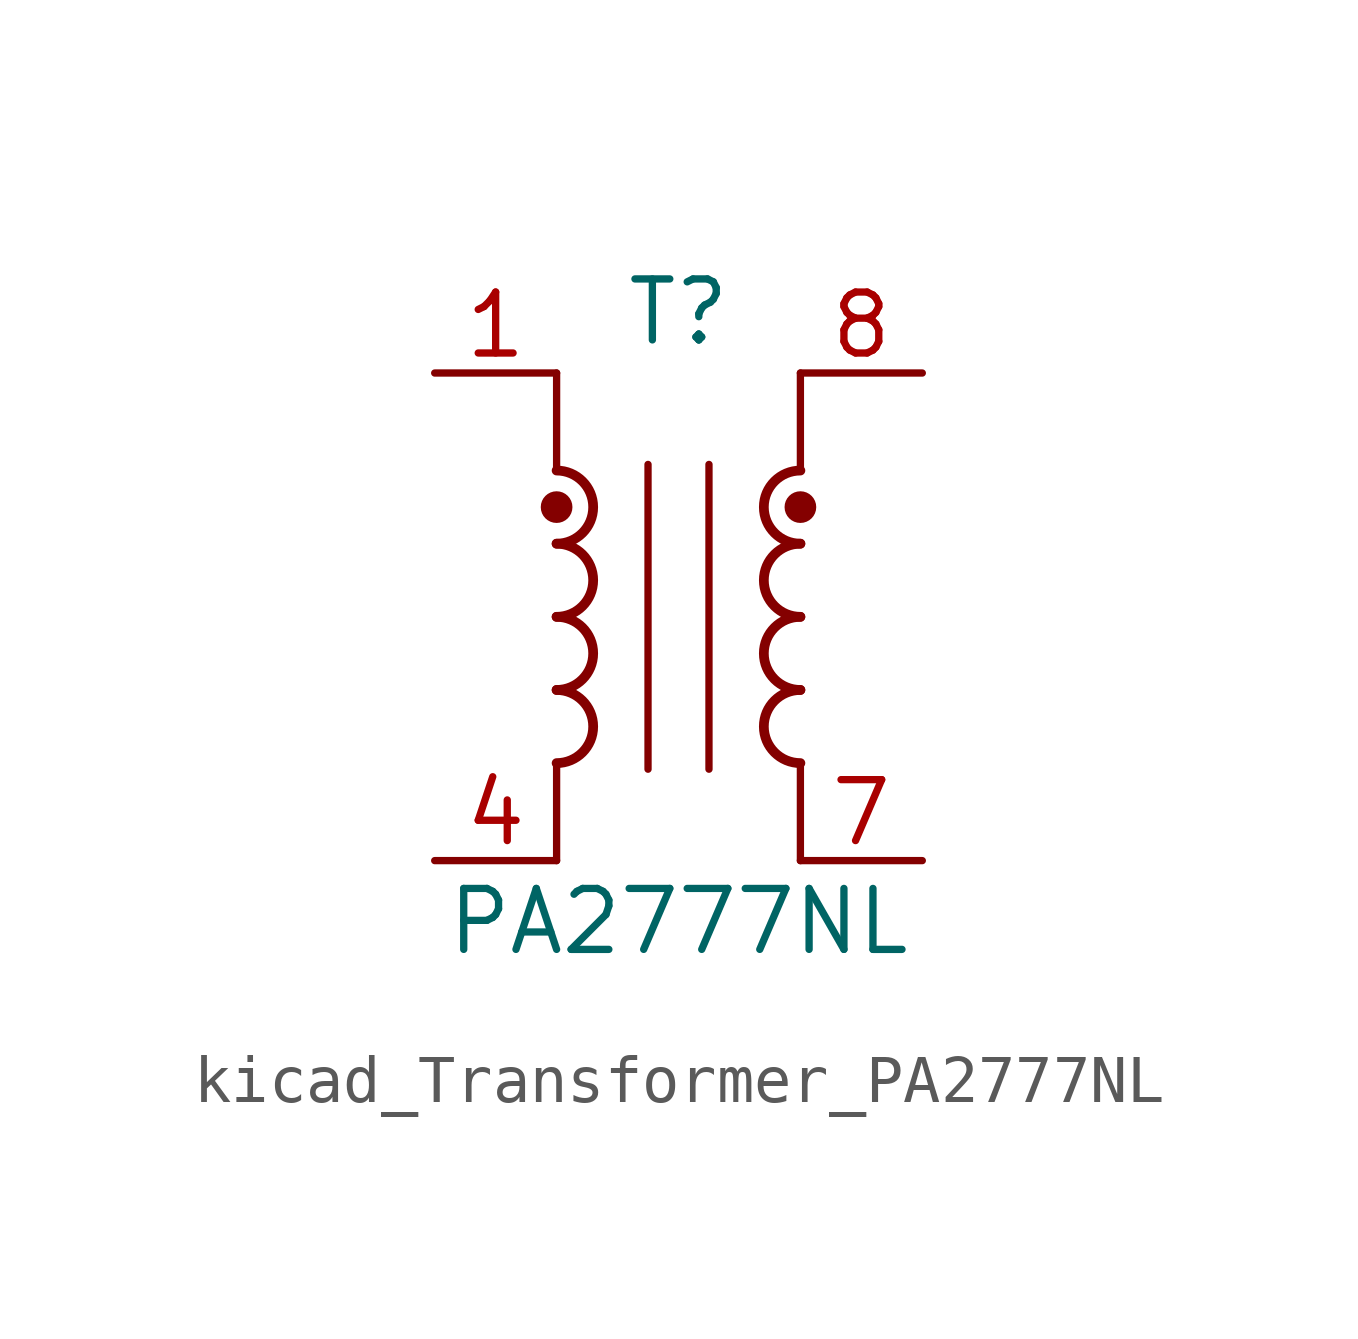
<source format=kicad_sym>
(kicad_symbol_lib
  (version 20220914)
  (generator kicad_symbol_editor)
  (symbol "kicad_Transformer_PA2777NL"
    (pin_names hide)
    (property "Reference" "T"
      (at 0 6.35 0)
      (effects (font (size 1.27 1.27))))
    (property "Value" "PA2777NL"
      (at 0 -6.35 0)
      (effects (font (size 1.27 1.27))))
    (symbol "kicad_Transformer_PA2777NL_0_1"
      (arc (start -2.54 -3.048) (mid -1.7813 -2.286) (end -2.54 -1.524) (stroke (width 0.2032) (type default)) (fill (type none)))
      (arc (start -2.54 -1.524) (mid -1.7813 -0.762) (end -2.54 0) (stroke (width 0.2032) (type default)) (fill (type none)))
      (arc (start -2.54 0) (mid -1.7813 0.762) (end -2.54 1.524) (stroke (width 0.2032) (type default)) (fill (type none)))
      (circle (center -2.54 2.286) (radius 0.254) (stroke (width 0) (type default)) (fill (type outline)))
      (polyline (pts (xy -2.54 -3.048) (xy -2.54 -5.08)) (stroke (width 0) (type default)) (fill (type none)))
      (polyline (pts (xy -2.54 5.08) (xy -2.54 3.048)) (stroke (width 0) (type default)) (fill (type none)))
      (polyline (pts (xy -0.635 3.175) (xy -0.635 -3.175)) (stroke (width 0) (type default)) (fill (type none)))
      (polyline (pts (xy 0.635 3.175) (xy 0.635 -3.175)) (stroke (width 0) (type default)) (fill (type none)))
      (polyline (pts (xy 2.54 -3.048) (xy 2.54 -5.08)) (stroke (width 0) (type default)) (fill (type none)))
      (polyline (pts (xy 2.54 5.08) (xy 2.54 3.048)) (stroke (width 0) (type default)) (fill (type none)))
      (arc (start 2.54 -1.524) (mid 1.7813 -2.286) (end 2.54 -3.048) (stroke (width 0.2032) (type default)) (fill (type none)))
      (arc (start 2.54 0) (mid 1.7813 -0.762) (end 2.54 -1.524) (stroke (width 0.2032) (type default)) (fill (type none)))
      (arc (start 2.54 1.524) (mid 1.7813 0.762) (end 2.54 0) (stroke (width 0.2032) (type default)) (fill (type none)))
      (circle (center 2.54 2.286) (radius 0.254) (stroke (width 0) (type default)) (fill (type outline)))
      (arc (start 2.54 3.048) (mid 1.7813 2.286) (end 2.54 1.524) (stroke (width 0.2032) (type default)) (fill (type none))))
    (symbol "kicad_Transformer_PA2777NL_1_1"
      (arc (start -2.54 1.524) (mid -1.7813 2.286) (end -2.54 3.048) (stroke (width 0.2032) (type default)) (fill (type none)))
      (pin passive line (at -5.08 5.08 0) (length 2.54) (name "~" (effects (font (size 1.27 1.27)))) (number "1" (effects (font (size 1.27 1.27)))))
      (pin passive line (at -5.08 -5.08 0) (length 2.54) (name "~" (effects (font (size 1.27 1.27)))) (number "4" (effects (font (size 1.27 1.27)))))
      (pin passive line (at 5.08 -5.08 180) (length 2.54) (name "~" (effects (font (size 1.27 1.27)))) (number "7" (effects (font (size 1.27 1.27)))))
      (pin passive line (at 5.08 5.08 180) (length 2.54) (name "~" (effects (font (size 1.27 1.27)))) (number "8" (effects (font (size 1.27 1.27))))))))
</source>
